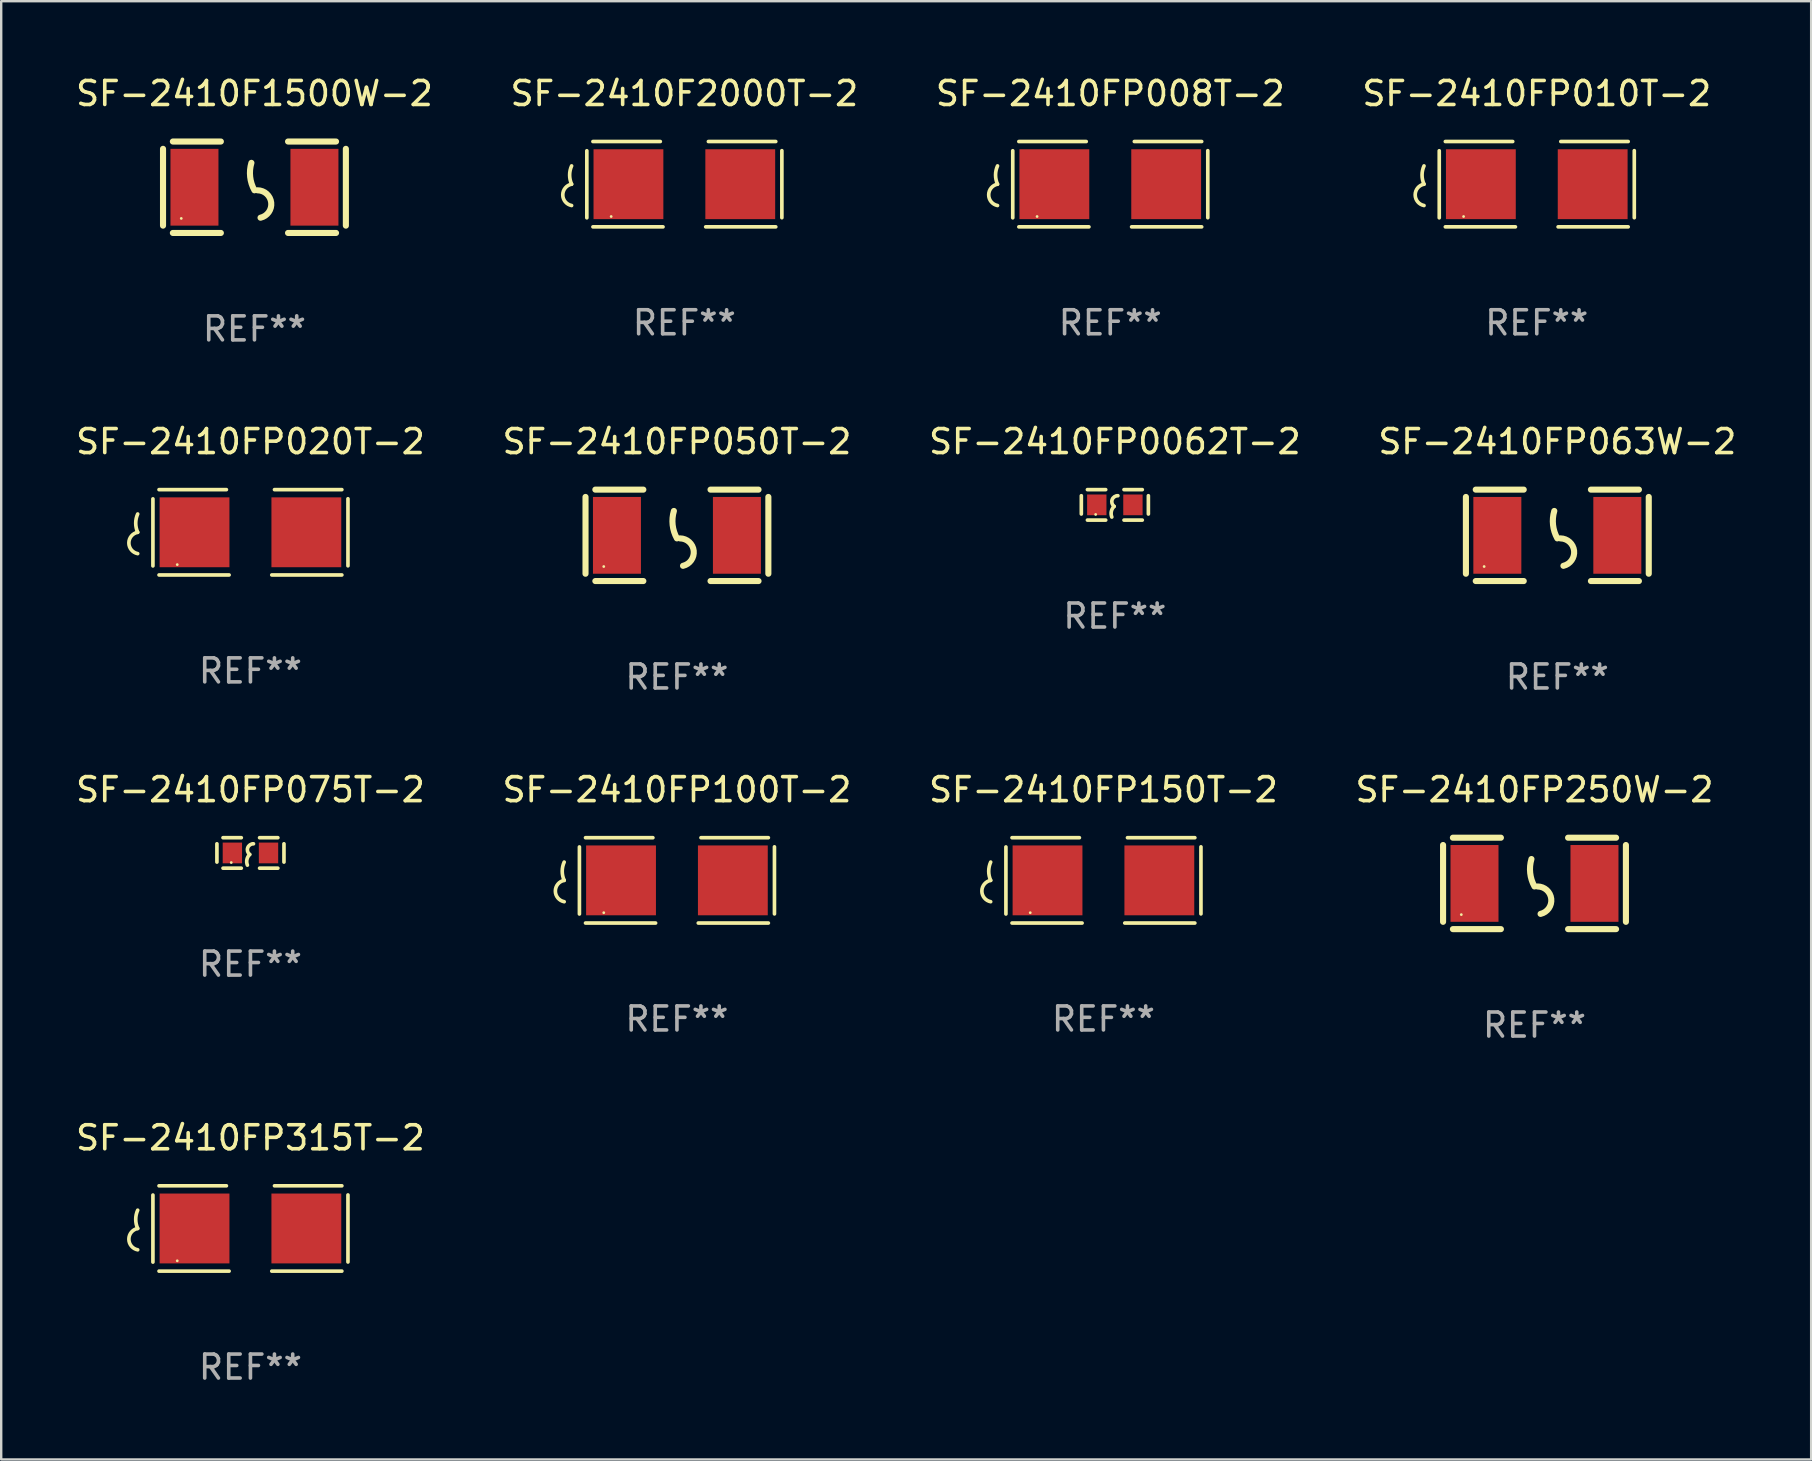
<source format=kicad_pcb>
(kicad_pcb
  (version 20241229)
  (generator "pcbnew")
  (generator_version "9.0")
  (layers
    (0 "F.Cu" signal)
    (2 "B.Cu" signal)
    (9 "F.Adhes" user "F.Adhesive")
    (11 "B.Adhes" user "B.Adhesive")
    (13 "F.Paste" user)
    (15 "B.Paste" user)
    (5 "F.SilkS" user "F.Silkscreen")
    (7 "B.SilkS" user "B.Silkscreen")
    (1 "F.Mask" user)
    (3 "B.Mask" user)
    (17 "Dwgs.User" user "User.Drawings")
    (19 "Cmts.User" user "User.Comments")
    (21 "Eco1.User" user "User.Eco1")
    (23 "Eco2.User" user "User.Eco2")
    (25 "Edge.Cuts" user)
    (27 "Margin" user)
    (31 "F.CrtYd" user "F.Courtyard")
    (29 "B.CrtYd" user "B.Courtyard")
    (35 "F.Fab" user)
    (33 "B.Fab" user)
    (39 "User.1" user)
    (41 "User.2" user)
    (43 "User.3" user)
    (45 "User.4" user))
  (footprint "SF-2410FP315T-2"
    (layer "F.Cu")
    (at 7.387 48.146)
    (property "Reference" "SF-2410FP315T-2" (at 0 -3.778 0) (layer "F.SilkS") (effects (font (size 1 1) (thickness 0.15))))
    (attr through_hole)
    (fp_line (start -4.064 -1.393) (end -4.064 1.401) (stroke (width 0.152) (type solid)) (layer "F.SilkS"))
    (fp_line (start -3.81 -1.778) (end -1.002 -1.778) (stroke (width 0.152) (type solid)) (layer "F.SilkS"))
    (fp_line (start -0.889 1.778) (end -3.81 1.778) (stroke (width 0.152) (type solid)) (layer "F.SilkS"))
    (fp_line (start 0.889 1.778) (end 3.81 1.778) (stroke (width 0.152) (type solid)) (layer "F.SilkS"))
    (fp_line (start 3.81 -1.778) (end 1.002 -1.778) (stroke (width 0.152) (type solid)) (layer "F.SilkS"))
    (fp_line (start 4.064 -1.397) (end 4.064 1.397) (stroke (width 0.152) (type solid)) (layer "F.SilkS"))
    (fp_arc (start -4.699009 0) (mid -4.780645 -0.381001) (end -4.699009 -0.762002) (stroke (width 0.151994) (type solid)) (layer "F.SilkS"))
    (fp_arc (start -4.699009 0.889002) (mid -5.066697 0.444501) (end -4.699009 0) (stroke (width 0.151994) (type solid)) (layer "F.SilkS"))
    (fp_circle (center -3.05 1.347) (end -3.02 1.347) (stroke (width 0.06) (type solid)) (fill no) (layer "F.SilkS"))
    (fp_text user "REF**" (at 0 5.778 0) (layer "F.Fab") (effects (font (size 1 1) (thickness 0.15))))
    (pad "1" smd rect (at -2.33 0) (size 2.91 2.911) (layers "F.Cu" "F.Mask" "F.Paste"))
    (pad "2" smd rect (at 2.33 0) (size 2.91 2.911) (layers "F.Cu" "F.Mask" "F.Paste")))
  (footprint "SF-2410FP0062T-2"
    (layer "F.Cu")
    (at 43.411 17.99)
    (property "Reference" "SF-2410FP0062T-2" (at 0 -2.635 0) (layer "F.SilkS") (effects (font (size 1 1) (thickness 0.15))))
    (attr through_hole)
    (fp_line (start -1.397 -0.381) (end -1.397 0.381) (stroke (width 0.152) (type solid)) (layer "F.SilkS"))
    (fp_line (start -0.381 -0.635) (end -1.143 -0.635) (stroke (width 0.152) (type solid)) (layer "F.SilkS"))
    (fp_line (start -0.381 0.635) (end -1.143 0.635) (stroke (width 0.152) (type solid)) (layer "F.SilkS"))
    (fp_line (start 0.381 -0.635) (end 1.143 -0.635) (stroke (width 0.152) (type solid)) (layer "F.SilkS"))
    (fp_line (start 0.381 0.635) (end 1.143 0.635) (stroke (width 0.152) (type solid)) (layer "F.SilkS"))
    (fp_line (start 1.397 -0.381) (end 1.397 0.381) (stroke (width 0.152) (type solid)) (layer "F.SilkS"))
    (fp_arc (start -0.127 0.508001) (mid -0.146523 0.271131) (end -0.030861 0.0635) (stroke (width 0.151994) (type solid)) (layer "F.SilkS"))
    (fp_arc (start -0.03175 0.0635) (mid -0.113571 -0.216321) (end 0.127001 -0.381002) (stroke (width 0.151994) (type solid)) (layer "F.SilkS"))
    (fp_circle (center -0.8 0.4) (end -0.77 0.4) (stroke (width 0.06) (type solid)) (fill no) (layer "F.SilkS"))
    (fp_text user "REF**" (at 0 4.635 0) (layer "F.Fab") (effects (font (size 1 1) (thickness 0.15))))
    (pad "1" smd rect (at -0.753 0) (size 0.806 0.864) (layers "F.Cu" "F.Mask" "F.Paste"))
    (pad "2" smd rect (at 0.753 0) (size 0.806 0.864) (layers "F.Cu" "F.Mask" "F.Paste")))
  (footprint "SF-2410FP063W-2"
    (layer "F.Cu")
    (at 61.851 19.26)
    (property "Reference" "SF-2410FP063W-2" (at 0 -3.905 0) (layer "F.SilkS") (effects (font (size 1 1) (thickness 0.15))))
    (attr through_hole)
    (fp_line (start -3.81 -1.6) (end -3.81 1.6) (stroke (width 0.254) (type solid)) (layer "F.SilkS"))
    (fp_line (start -3.4 -1.905) (end -1.4 -1.905) (stroke (width 0.254) (type solid)) (layer "F.SilkS"))
    (fp_line (start -3.4 1.905) (end -1.4 1.905) (stroke (width 0.254) (type solid)) (layer "F.SilkS"))
    (fp_line (start 1.4 -1.905) (end 3.4 -1.905) (stroke (width 0.254) (type solid)) (layer "F.SilkS"))
    (fp_line (start 1.4 1.905) (end 3.4 1.905) (stroke (width 0.254) (type solid)) (layer "F.SilkS"))
    (fp_line (start 3.81 -1.6) (end 3.81 1.6) (stroke (width 0.254) (type solid)) (layer "F.SilkS"))
    (fp_arc (start 0 0.127) (mid -0.178599 -0.431712) (end -0.127 -1.016002) (stroke (width 0.254001) (type solid)) (layer "F.SilkS"))
    (fp_arc (start 0.126999 0.127) (mid 0.698883 0.642014) (end 0.254001 1.270003) (stroke (width 0.254001) (type solid)) (layer "F.SilkS"))
    (fp_circle (center -3.05 1.3) (end -3.02 1.3) (stroke (width 0.06) (type solid)) (fill no) (layer "F.SilkS"))
    (fp_text user "REF**" (at 0 5.905 0) (layer "F.Fab") (effects (font (size 1 1) (thickness 0.15))))
    (pad "1" smd rect (at -2.5 0) (size 2 3.2) (layers "F.Cu" "F.Mask" "F.Paste"))
    (pad "2" smd rect (at 2.5 0) (size 2 3.2) (layers "F.Cu" "F.Mask" "F.Paste")))
  (footprint "SF-2410FP010T-2"
    (layer "F.Cu")
    (at 60.994 4.626)
    (property "Reference" "SF-2410FP010T-2" (at 0 -3.778 0) (layer "F.SilkS") (effects (font (size 1 1) (thickness 0.15))))
    (attr through_hole)
    (fp_line (start -4.064 -1.393) (end -4.064 1.401) (stroke (width 0.152) (type solid)) (layer "F.SilkS"))
    (fp_line (start -3.81 -1.778) (end -1.002 -1.778) (stroke (width 0.152) (type solid)) (layer "F.SilkS"))
    (fp_line (start -0.889 1.778) (end -3.81 1.778) (stroke (width 0.152) (type solid)) (layer "F.SilkS"))
    (fp_line (start 0.889 1.778) (end 3.81 1.778) (stroke (width 0.152) (type solid)) (layer "F.SilkS"))
    (fp_line (start 3.81 -1.778) (end 1.002 -1.778) (stroke (width 0.152) (type solid)) (layer "F.SilkS"))
    (fp_line (start 4.064 -1.397) (end 4.064 1.397) (stroke (width 0.152) (type solid)) (layer "F.SilkS"))
    (fp_arc (start -4.699009 0) (mid -4.780645 -0.381001) (end -4.699009 -0.762002) (stroke (width 0.151994) (type solid)) (layer "F.SilkS"))
    (fp_arc (start -4.699009 0.889002) (mid -5.066697 0.444501) (end -4.699009 0) (stroke (width 0.151994) (type solid)) (layer "F.SilkS"))
    (fp_circle (center -3.05 1.347) (end -3.02 1.347) (stroke (width 0.06) (type solid)) (fill no) (layer "F.SilkS"))
    (fp_text user "REF**" (at 0 5.778 0) (layer "F.Fab") (effects (font (size 1 1) (thickness 0.15))))
    (pad "1" smd rect (at -2.33 0) (size 2.91 2.911) (layers "F.Cu" "F.Mask" "F.Paste"))
    (pad "2" smd rect (at 2.33 0) (size 2.91 2.911) (layers "F.Cu" "F.Mask" "F.Paste")))
  (footprint "SF-2410FP050T-2"
    (layer "F.Cu")
    (at 25.161 19.26)
    (property "Reference" "SF-2410FP050T-2" (at 0 -3.905 0) (layer "F.SilkS") (effects (font (size 1 1) (thickness 0.15))))
    (attr through_hole)
    (fp_line (start -3.81 -1.6) (end -3.81 1.6) (stroke (width 0.254) (type solid)) (layer "F.SilkS"))
    (fp_line (start -3.4 -1.905) (end -1.4 -1.905) (stroke (width 0.254) (type solid)) (layer "F.SilkS"))
    (fp_line (start -3.4 1.905) (end -1.4 1.905) (stroke (width 0.254) (type solid)) (layer "F.SilkS"))
    (fp_line (start 1.4 -1.905) (end 3.4 -1.905) (stroke (width 0.254) (type solid)) (layer "F.SilkS"))
    (fp_line (start 1.4 1.905) (end 3.4 1.905) (stroke (width 0.254) (type solid)) (layer "F.SilkS"))
    (fp_line (start 3.81 -1.6) (end 3.81 1.6) (stroke (width 0.254) (type solid)) (layer "F.SilkS"))
    (fp_arc (start 0 0.127) (mid -0.178599 -0.431712) (end -0.127 -1.016002) (stroke (width 0.254001) (type solid)) (layer "F.SilkS"))
    (fp_arc (start 0.126999 0.127) (mid 0.698883 0.642014) (end 0.254001 1.270003) (stroke (width 0.254001) (type solid)) (layer "F.SilkS"))
    (fp_circle (center -3.05 1.3) (end -3.02 1.3) (stroke (width 0.06) (type solid)) (fill no) (layer "F.SilkS"))
    (fp_text user "REF**" (at 0 5.905 0) (layer "F.Fab") (effects (font (size 1 1) (thickness 0.15))))
    (pad "1" smd rect (at -2.5 0) (size 2 3.2) (layers "F.Cu" "F.Mask" "F.Paste"))
    (pad "2" smd rect (at 2.5 0) (size 2 3.2) (layers "F.Cu" "F.Mask" "F.Paste")))
  (footprint "SF-2410FP150T-2"
    (layer "F.Cu")
    (at 42.935 33.639)
    (property "Reference" "SF-2410FP150T-2" (at 0 -3.778 0) (layer "F.SilkS") (effects (font (size 1 1) (thickness 0.15))))
    (attr through_hole)
    (fp_line (start -4.064 -1.393) (end -4.064 1.401) (stroke (width 0.152) (type solid)) (layer "F.SilkS"))
    (fp_line (start -3.81 -1.778) (end -1.002 -1.778) (stroke (width 0.152) (type solid)) (layer "F.SilkS"))
    (fp_line (start -0.889 1.778) (end -3.81 1.778) (stroke (width 0.152) (type solid)) (layer "F.SilkS"))
    (fp_line (start 0.889 1.778) (end 3.81 1.778) (stroke (width 0.152) (type solid)) (layer "F.SilkS"))
    (fp_line (start 3.81 -1.778) (end 1.002 -1.778) (stroke (width 0.152) (type solid)) (layer "F.SilkS"))
    (fp_line (start 4.064 -1.397) (end 4.064 1.397) (stroke (width 0.152) (type solid)) (layer "F.SilkS"))
    (fp_arc (start -4.699009 0) (mid -4.780645 -0.381001) (end -4.699009 -0.762002) (stroke (width 0.151994) (type solid)) (layer "F.SilkS"))
    (fp_arc (start -4.699009 0.889002) (mid -5.066697 0.444501) (end -4.699009 0) (stroke (width 0.151994) (type solid)) (layer "F.SilkS"))
    (fp_circle (center -3.05 1.347) (end -3.02 1.347) (stroke (width 0.06) (type solid)) (fill no) (layer "F.SilkS"))
    (fp_text user "REF**" (at 0 5.778 0) (layer "F.Fab") (effects (font (size 1 1) (thickness 0.15))))
    (pad "1" smd rect (at -2.33 0) (size 2.91 2.911) (layers "F.Cu" "F.Mask" "F.Paste"))
    (pad "2" smd rect (at 2.33 0) (size 2.91 2.911) (layers "F.Cu" "F.Mask" "F.Paste")))
  (footprint "SF-2410F2000T-2"
    (layer "F.Cu")
    (at 25.47 4.626)
    (property "Reference" "SF-2410F2000T-2" (at 0 -3.778 0) (layer "F.SilkS") (effects (font (size 1 1) (thickness 0.15))))
    (attr through_hole)
    (fp_line (start -4.064 -1.393) (end -4.064 1.401) (stroke (width 0.152) (type solid)) (layer "F.SilkS"))
    (fp_line (start -3.81 -1.778) (end -1.002 -1.778) (stroke (width 0.152) (type solid)) (layer "F.SilkS"))
    (fp_line (start -0.889 1.778) (end -3.81 1.778) (stroke (width 0.152) (type solid)) (layer "F.SilkS"))
    (fp_line (start 0.889 1.778) (end 3.81 1.778) (stroke (width 0.152) (type solid)) (layer "F.SilkS"))
    (fp_line (start 3.81 -1.778) (end 1.002 -1.778) (stroke (width 0.152) (type solid)) (layer "F.SilkS"))
    (fp_line (start 4.064 -1.397) (end 4.064 1.397) (stroke (width 0.152) (type solid)) (layer "F.SilkS"))
    (fp_arc (start -4.699009 0) (mid -4.780645 -0.381001) (end -4.699009 -0.762002) (stroke (width 0.151994) (type solid)) (layer "F.SilkS"))
    (fp_arc (start -4.699009 0.889002) (mid -5.066697 0.444501) (end -4.699009 0) (stroke (width 0.151994) (type solid)) (layer "F.SilkS"))
    (fp_circle (center -3.05 1.347) (end -3.02 1.347) (stroke (width 0.06) (type solid)) (fill no) (layer "F.SilkS"))
    (fp_text user "REF**" (at 0 5.778 0) (layer "F.Fab") (effects (font (size 1 1) (thickness 0.15))))
    (pad "1" smd rect (at -2.33 0) (size 2.91 2.911) (layers "F.Cu" "F.Mask" "F.Paste"))
    (pad "2" smd rect (at 2.33 0) (size 2.91 2.911) (layers "F.Cu" "F.Mask" "F.Paste")))
  (footprint "SF-2410F1500W-2"
    (layer "F.Cu")
    (at 7.554 4.753)
    (property "Reference" "SF-2410F1500W-2" (at 0 -3.905 0) (layer "F.SilkS") (effects (font (size 1 1) (thickness 0.15))))
    (attr through_hole)
    (fp_line (start -3.81 -1.6) (end -3.81 1.6) (stroke (width 0.254) (type solid)) (layer "F.SilkS"))
    (fp_line (start -3.4 -1.905) (end -1.4 -1.905) (stroke (width 0.254) (type solid)) (layer "F.SilkS"))
    (fp_line (start -3.4 1.905) (end -1.4 1.905) (stroke (width 0.254) (type solid)) (layer "F.SilkS"))
    (fp_line (start 1.4 -1.905) (end 3.4 -1.905) (stroke (width 0.254) (type solid)) (layer "F.SilkS"))
    (fp_line (start 1.4 1.905) (end 3.4 1.905) (stroke (width 0.254) (type solid)) (layer "F.SilkS"))
    (fp_line (start 3.81 -1.6) (end 3.81 1.6) (stroke (width 0.254) (type solid)) (layer "F.SilkS"))
    (fp_arc (start 0 0.127) (mid -0.178599 -0.431712) (end -0.127 -1.016002) (stroke (width 0.254001) (type solid)) (layer "F.SilkS"))
    (fp_arc (start 0.126999 0.127) (mid 0.698883 0.642014) (end 0.254001 1.270003) (stroke (width 0.254001) (type solid)) (layer "F.SilkS"))
    (fp_circle (center -3.05 1.3) (end -3.02 1.3) (stroke (width 0.06) (type solid)) (fill no) (layer "F.SilkS"))
    (fp_text user "REF**" (at 0 5.905 0) (layer "F.Fab") (effects (font (size 1 1) (thickness 0.15))))
    (pad "1" smd rect (at -2.5 0) (size 2 3.2) (layers "F.Cu" "F.Mask" "F.Paste"))
    (pad "2" smd rect (at 2.5 0) (size 2 3.2) (layers "F.Cu" "F.Mask" "F.Paste")))
  (footprint "SF-2410FP075T-2"
    (layer "F.Cu")
    (at 7.387 32.496)
    (property "Reference" "SF-2410FP075T-2" (at 0 -2.635 0) (layer "F.SilkS") (effects (font (size 1 1) (thickness 0.15))))
    (attr through_hole)
    (fp_line (start -1.397 -0.381) (end -1.397 0.381) (stroke (width 0.152) (type solid)) (layer "F.SilkS"))
    (fp_line (start -0.381 -0.635) (end -1.143 -0.635) (stroke (width 0.152) (type solid)) (layer "F.SilkS"))
    (fp_line (start -0.381 0.635) (end -1.143 0.635) (stroke (width 0.152) (type solid)) (layer "F.SilkS"))
    (fp_line (start 0.381 -0.635) (end 1.143 -0.635) (stroke (width 0.152) (type solid)) (layer "F.SilkS"))
    (fp_line (start 0.381 0.635) (end 1.143 0.635) (stroke (width 0.152) (type solid)) (layer "F.SilkS"))
    (fp_line (start 1.397 -0.381) (end 1.397 0.381) (stroke (width 0.152) (type solid)) (layer "F.SilkS"))
    (fp_arc (start -0.127 0.508001) (mid -0.146523 0.271131) (end -0.030861 0.0635) (stroke (width 0.151994) (type solid)) (layer "F.SilkS"))
    (fp_arc (start -0.03175 0.0635) (mid -0.113571 -0.216321) (end 0.127001 -0.381002) (stroke (width 0.151994) (type solid)) (layer "F.SilkS"))
    (fp_circle (center -0.8 0.4) (end -0.77 0.4) (stroke (width 0.06) (type solid)) (fill no) (layer "F.SilkS"))
    (fp_text user "REF**" (at 0 4.635 0) (layer "F.Fab") (effects (font (size 1 1) (thickness 0.15))))
    (pad "1" smd rect (at -0.753 0) (size 0.806 0.864) (layers "F.Cu" "F.Mask" "F.Paste"))
    (pad "2" smd rect (at 0.753 0) (size 0.806 0.864) (layers "F.Cu" "F.Mask" "F.Paste")))
  (footprint "SF-2410FP250W-2"
    (layer "F.Cu")
    (at 60.899 33.766)
    (property "Reference" "SF-2410FP250W-2" (at 0 -3.905 0) (layer "F.SilkS") (effects (font (size 1 1) (thickness 0.15))))
    (attr through_hole)
    (fp_line (start -3.81 -1.6) (end -3.81 1.6) (stroke (width 0.254) (type solid)) (layer "F.SilkS"))
    (fp_line (start -3.4 -1.905) (end -1.4 -1.905) (stroke (width 0.254) (type solid)) (layer "F.SilkS"))
    (fp_line (start -3.4 1.905) (end -1.4 1.905) (stroke (width 0.254) (type solid)) (layer "F.SilkS"))
    (fp_line (start 1.4 -1.905) (end 3.4 -1.905) (stroke (width 0.254) (type solid)) (layer "F.SilkS"))
    (fp_line (start 1.4 1.905) (end 3.4 1.905) (stroke (width 0.254) (type solid)) (layer "F.SilkS"))
    (fp_line (start 3.81 -1.6) (end 3.81 1.6) (stroke (width 0.254) (type solid)) (layer "F.SilkS"))
    (fp_arc (start 0 0.127) (mid -0.178599 -0.431712) (end -0.127 -1.016002) (stroke (width 0.254001) (type solid)) (layer "F.SilkS"))
    (fp_arc (start 0.126999 0.127) (mid 0.698883 0.642014) (end 0.254001 1.270003) (stroke (width 0.254001) (type solid)) (layer "F.SilkS"))
    (fp_circle (center -3.05 1.3) (end -3.02 1.3) (stroke (width 0.06) (type solid)) (fill no) (layer "F.SilkS"))
    (fp_text user "REF**" (at 0 5.905 0) (layer "F.Fab") (effects (font (size 1 1) (thickness 0.15))))
    (pad "1" smd rect (at -2.5 0) (size 2 3.2) (layers "F.Cu" "F.Mask" "F.Paste"))
    (pad "2" smd rect (at 2.5 0) (size 2 3.2) (layers "F.Cu" "F.Mask" "F.Paste")))
  (footprint "SF-2410FP008T-2"
    (layer "F.Cu")
    (at 43.22 4.626)
    (property "Reference" "SF-2410FP008T-2" (at 0 -3.778 0) (layer "F.SilkS") (effects (font (size 1 1) (thickness 0.15))))
    (attr through_hole)
    (fp_line (start -4.064 -1.393) (end -4.064 1.401) (stroke (width 0.152) (type solid)) (layer "F.SilkS"))
    (fp_line (start -3.81 -1.778) (end -1.002 -1.778) (stroke (width 0.152) (type solid)) (layer "F.SilkS"))
    (fp_line (start -0.889 1.778) (end -3.81 1.778) (stroke (width 0.152) (type solid)) (layer "F.SilkS"))
    (fp_line (start 0.889 1.778) (end 3.81 1.778) (stroke (width 0.152) (type solid)) (layer "F.SilkS"))
    (fp_line (start 3.81 -1.778) (end 1.002 -1.778) (stroke (width 0.152) (type solid)) (layer "F.SilkS"))
    (fp_line (start 4.064 -1.397) (end 4.064 1.397) (stroke (width 0.152) (type solid)) (layer "F.SilkS"))
    (fp_arc (start -4.699009 0) (mid -4.780645 -0.381001) (end -4.699009 -0.762002) (stroke (width 0.151994) (type solid)) (layer "F.SilkS"))
    (fp_arc (start -4.699009 0.889002) (mid -5.066697 0.444501) (end -4.699009 0) (stroke (width 0.151994) (type solid)) (layer "F.SilkS"))
    (fp_circle (center -3.05 1.347) (end -3.02 1.347) (stroke (width 0.06) (type solid)) (fill no) (layer "F.SilkS"))
    (fp_text user "REF**" (at 0 5.778 0) (layer "F.Fab") (effects (font (size 1 1) (thickness 0.15))))
    (pad "1" smd rect (at -2.33 0) (size 2.91 2.911) (layers "F.Cu" "F.Mask" "F.Paste"))
    (pad "2" smd rect (at 2.33 0) (size 2.91 2.911) (layers "F.Cu" "F.Mask" "F.Paste")))
  (footprint "SF-2410FP020T-2"
    (layer "F.Cu")
    (at 7.387 19.133)
    (property "Reference" "SF-2410FP020T-2" (at 0 -3.778 0) (layer "F.SilkS") (effects (font (size 1 1) (thickness 0.15))))
    (attr through_hole)
    (fp_line (start -4.064 -1.393) (end -4.064 1.401) (stroke (width 0.152) (type solid)) (layer "F.SilkS"))
    (fp_line (start -3.81 -1.778) (end -1.002 -1.778) (stroke (width 0.152) (type solid)) (layer "F.SilkS"))
    (fp_line (start -0.889 1.778) (end -3.81 1.778) (stroke (width 0.152) (type solid)) (layer "F.SilkS"))
    (fp_line (start 0.889 1.778) (end 3.81 1.778) (stroke (width 0.152) (type solid)) (layer "F.SilkS"))
    (fp_line (start 3.81 -1.778) (end 1.002 -1.778) (stroke (width 0.152) (type solid)) (layer "F.SilkS"))
    (fp_line (start 4.064 -1.397) (end 4.064 1.397) (stroke (width 0.152) (type solid)) (layer "F.SilkS"))
    (fp_arc (start -4.699009 0) (mid -4.780645 -0.381001) (end -4.699009 -0.762002) (stroke (width 0.151994) (type solid)) (layer "F.SilkS"))
    (fp_arc (start -4.699009 0.889002) (mid -5.066697 0.444501) (end -4.699009 0) (stroke (width 0.151994) (type solid)) (layer "F.SilkS"))
    (fp_circle (center -3.05 1.347) (end -3.02 1.347) (stroke (width 0.06) (type solid)) (fill no) (layer "F.SilkS"))
    (fp_text user "REF**" (at 0 5.778 0) (layer "F.Fab") (effects (font (size 1 1) (thickness 0.15))))
    (pad "1" smd rect (at -2.33 0) (size 2.91 2.911) (layers "F.Cu" "F.Mask" "F.Paste"))
    (pad "2" smd rect (at 2.33 0) (size 2.91 2.911) (layers "F.Cu" "F.Mask" "F.Paste")))
  (footprint "SF-2410FP100T-2"
    (layer "F.Cu")
    (at 25.161 33.639)
    (property "Reference" "SF-2410FP100T-2" (at 0 -3.778 0) (layer "F.SilkS") (effects (font (size 1 1) (thickness 0.15))))
    (attr through_hole)
    (fp_line (start -4.064 -1.393) (end -4.064 1.401) (stroke (width 0.152) (type solid)) (layer "F.SilkS"))
    (fp_line (start -3.81 -1.778) (end -1.002 -1.778) (stroke (width 0.152) (type solid)) (layer "F.SilkS"))
    (fp_line (start -0.889 1.778) (end -3.81 1.778) (stroke (width 0.152) (type solid)) (layer "F.SilkS"))
    (fp_line (start 0.889 1.778) (end 3.81 1.778) (stroke (width 0.152) (type solid)) (layer "F.SilkS"))
    (fp_line (start 3.81 -1.778) (end 1.002 -1.778) (stroke (width 0.152) (type solid)) (layer "F.SilkS"))
    (fp_line (start 4.064 -1.397) (end 4.064 1.397) (stroke (width 0.152) (type solid)) (layer "F.SilkS"))
    (fp_arc (start -4.699009 0) (mid -4.780645 -0.381001) (end -4.699009 -0.762002) (stroke (width 0.151994) (type solid)) (layer "F.SilkS"))
    (fp_arc (start -4.699009 0.889002) (mid -5.066697 0.444501) (end -4.699009 0) (stroke (width 0.151994) (type solid)) (layer "F.SilkS"))
    (fp_circle (center -3.05 1.347) (end -3.02 1.347) (stroke (width 0.06) (type solid)) (fill no) (layer "F.SilkS"))
    (fp_text user "REF**" (at 0 5.778 0) (layer "F.Fab") (effects (font (size 1 1) (thickness 0.15))))
    (pad "1" smd rect (at -2.33 0) (size 2.91 2.911) (layers "F.Cu" "F.Mask" "F.Paste"))
    (pad "2" smd rect (at 2.33 0) (size 2.91 2.911) (layers "F.Cu" "F.Mask" "F.Paste")))
  (gr_rect
    (start -3 -3)
    (end 72.429 57.772)
    (stroke (width 0.1) (type default))
    (fill no)
    (layer "Edge.Cuts")))
</source>
